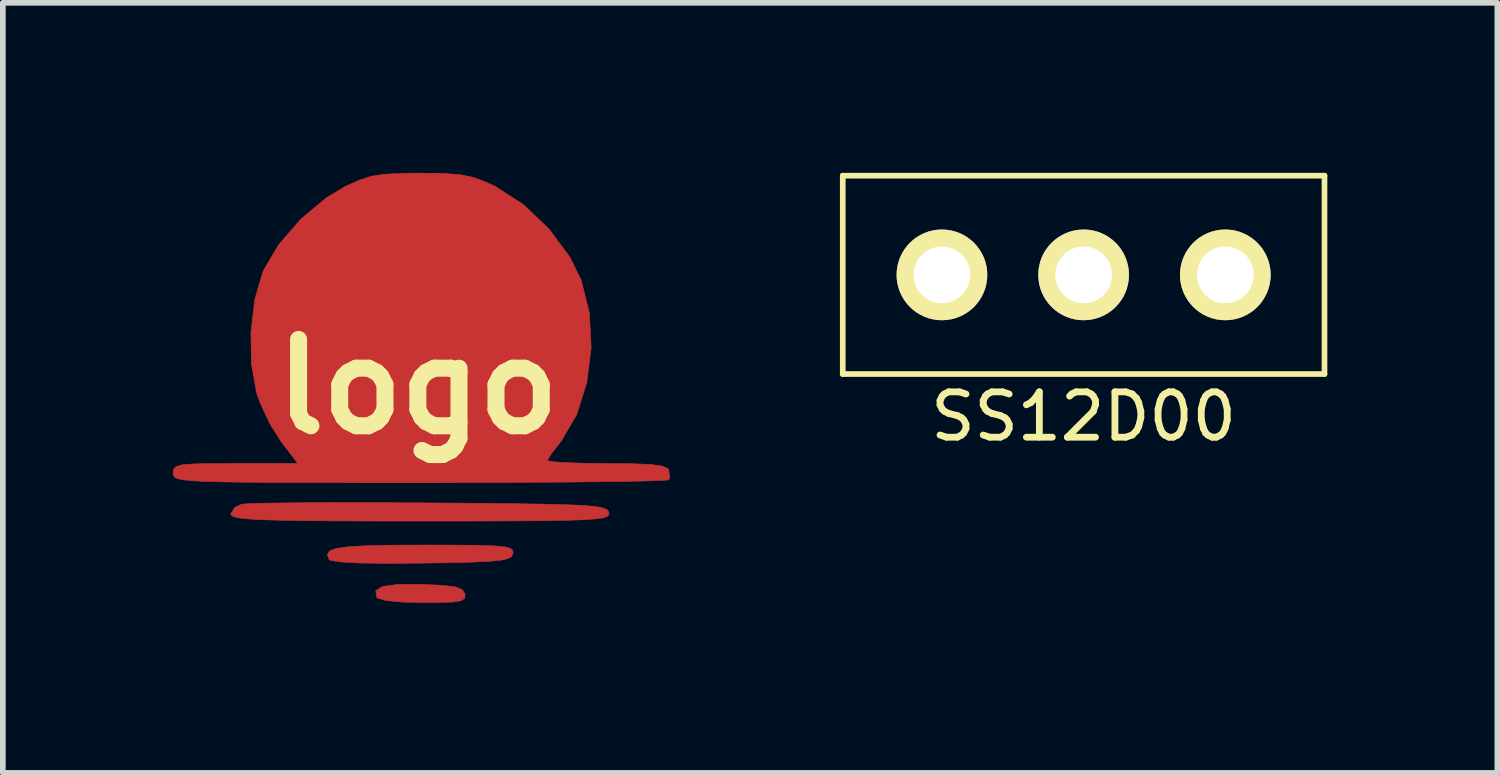
<source format=kicad_pcb>
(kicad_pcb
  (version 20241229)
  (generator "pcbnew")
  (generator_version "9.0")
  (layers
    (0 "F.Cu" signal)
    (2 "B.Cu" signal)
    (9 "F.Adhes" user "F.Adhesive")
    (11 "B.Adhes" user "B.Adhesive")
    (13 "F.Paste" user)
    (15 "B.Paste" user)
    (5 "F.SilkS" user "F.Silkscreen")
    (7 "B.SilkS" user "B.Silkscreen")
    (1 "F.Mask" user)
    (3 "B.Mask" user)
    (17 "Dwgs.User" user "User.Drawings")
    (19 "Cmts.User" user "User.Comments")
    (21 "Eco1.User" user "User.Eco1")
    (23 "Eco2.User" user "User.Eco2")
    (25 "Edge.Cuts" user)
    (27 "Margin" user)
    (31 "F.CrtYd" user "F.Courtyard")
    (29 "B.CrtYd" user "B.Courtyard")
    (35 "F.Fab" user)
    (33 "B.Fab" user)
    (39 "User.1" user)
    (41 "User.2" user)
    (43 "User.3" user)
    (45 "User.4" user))
  (footprint "SS12D00"
    (layer "F.Cu")
    (at 16.07 1.8)
    (property "Reference" "SS12D00" (at 0 2.5 0) (layer "F.SilkS") (effects (font (size 0.8 0.8) (thickness 0.12))))
    (attr through_hole)
    (fp_line (start -4.25 -1.75) (end 4.25 -1.75) (stroke (width 0.1) (type solid)) (layer "F.SilkS"))
    (fp_line (start -4.25 1.75) (end -4.25 -1.75) (stroke (width 0.1) (type solid)) (layer "F.SilkS"))
    (fp_line (start 4.25 -1.75) (end 4.25 1.75) (stroke (width 0.1) (type solid)) (layer "F.SilkS"))
    (fp_line (start 4.25 1.75) (end -4.25 1.75) (stroke (width 0.1) (type solid)) (layer "F.SilkS"))
    (pad "1" thru_hole circle (at -2.5 0) (size 1.6 1.6) (drill 1) (layers "*.Cu" "*.Mask" "F.SilkS"))
    (pad "2" thru_hole circle (at 0 0) (size 1.6 1.6) (drill 1) (layers "*.Cu" "*.Mask" "F.SilkS"))
    (pad "3" thru_hole circle (at 2.5 0) (size 1.6 1.6) (drill 1) (layers "*.Cu" "*.Mask" "F.SilkS")))
  (footprint "logo"
    (layer "F.Cu")
    (at 4.323 3.773)
    (property "Reference" "logo" (at 0 0 0) (layer "F.SilkS") (effects (font (size 1.524 1.524) (thickness 0.3))))
    (attr through_hole)
    (fp_poly (pts (xy 0.092 3.489) (xy 0.447 3.506) (xy 0.666 3.534) (xy 0.782 3.58) (xy 0.828 3.651) (xy 0.831 3.662) (xy 0.827 3.732) (xy 0.765 3.776) (xy 0.612 3.8) (xy 0.339 3.809) (xy 0.096 3.81) (xy -0.288 3.8) (xy -0.567 3.772) (xy -0.713 3.729) (xy -0.724 3.718) (xy -0.744 3.601) (xy -0.625 3.526) (xy -0.36 3.489) (xy 0.062 3.488) (xy 0.092 3.489)) (stroke (width 0.01) (type solid)) (fill yes) (layer "F.Cu"))
    (fp_poly (pts (xy 0.656 2.795) (xy 1.068 2.8) (xy 1.355 2.809) (xy 1.537 2.827) (xy 1.637 2.854) (xy 1.677 2.892) (xy 1.677 2.942) (xy 1.653 2.995) (xy 1.589 3.034) (xy 1.463 3.062) (xy 1.251 3.082) (xy 0.931 3.096) (xy 0.481 3.107) (xy 0.069 3.113) (xy -0.548 3.118) (xy -1.028 3.111) (xy -1.361 3.093) (xy -1.539 3.065) (xy -1.565 3.05) (xy -1.597 2.965) (xy -1.561 2.901) (xy -1.441 2.854) (xy -1.219 2.823) (xy -0.876 2.805) (xy -0.396 2.796) (xy 0.096 2.794) (xy 0.656 2.795)) (stroke (width 0.01) (type solid)) (fill yes) (layer "F.Cu"))
    (fp_poly (pts (xy -0.521 2.047) (xy 0.197 2.051) (xy 0.211 2.051) (xy 1.023 2.057) (xy 1.683 2.064) (xy 2.206 2.072) (xy 2.607 2.082) (xy 2.903 2.095) (xy 3.111 2.112) (xy 3.245 2.133) (xy 3.323 2.16) (xy 3.36 2.193) (xy 3.371 2.223) (xy 3.369 2.26) (xy 3.339 2.29) (xy 3.266 2.315) (xy 3.133 2.333) (xy 2.926 2.348) (xy 2.629 2.358) (xy 2.227 2.364) (xy 1.705 2.368) (xy 1.047 2.37) (xy 0.239 2.371) (xy 0.049 2.371) (xy -0.803 2.37) (xy -1.5 2.368) (xy -2.057 2.363) (xy -2.49 2.355) (xy -2.813 2.345) (xy -3.04 2.33) (xy -3.187 2.311) (xy -3.269 2.286) (xy -3.3 2.256) (xy -3.302 2.245) (xy -3.23 2.13) (xy -3.111 2.074) (xy -2.985 2.064) (xy -2.71 2.056) (xy -2.306 2.05) (xy -1.793 2.046) (xy -1.191 2.045) (xy -0.521 2.047)) (stroke (width 0.01) (type solid)) (fill yes) (layer "F.Cu"))
    (fp_poly (pts (xy 0.453 -3.763) (xy 0.748 -3.741) (xy 0.98 -3.693) (xy 1.203 -3.61) (xy 1.371 -3.531) (xy 1.862 -3.214) (xy 2.314 -2.783) (xy 2.681 -2.288) (xy 2.881 -1.884) (xy 3.026 -1.306) (xy 3.058 -0.688) (xy 2.981 -0.074) (xy 2.803 0.491) (xy 2.529 0.962) (xy 2.491 1.008) (xy 2.358 1.179) (xy 2.289 1.292) (xy 2.286 1.303) (xy 2.365 1.323) (xy 2.582 1.339) (xy 2.903 1.35) (xy 3.297 1.355) (xy 3.335 1.355) (xy 3.796 1.359) (xy 4.112 1.373) (xy 4.308 1.4) (xy 4.407 1.442) (xy 4.43 1.473) (xy 4.442 1.609) (xy 4.425 1.643) (xy 4.333 1.653) (xy 4.088 1.662) (xy 3.705 1.67) (xy 3.202 1.677) (xy 2.593 1.684) (xy 1.895 1.688) (xy 1.125 1.692) (xy 0.297 1.693) (xy 0.028 1.693) (xy -0.94 1.693) (xy -1.753 1.692) (xy -2.423 1.691) (xy -2.966 1.687) (xy -3.393 1.681) (xy -3.72 1.673) (xy -3.958 1.661) (xy -4.123 1.645) (xy -4.228 1.625) (xy -4.286 1.6) (xy -4.312 1.57) (xy -4.318 1.534) (xy -4.318 1.524) (xy -4.309 1.455) (xy -4.263 1.408) (xy -4.153 1.378) (xy -3.953 1.362) (xy -3.635 1.356) (xy -3.218 1.355) (xy -2.118 1.355) (xy -2.413 0.968) (xy -2.613 0.65) (xy -2.786 0.28) (xy -2.846 0.108) (xy -2.936 -0.4) (xy -2.945 -0.971) (xy -2.878 -1.535) (xy -2.738 -2.019) (xy -2.723 -2.054) (xy -2.452 -2.511) (xy -2.067 -2.954) (xy -1.619 -3.33) (xy -1.281 -3.534) (xy -1.037 -3.644) (xy -0.817 -3.714) (xy -0.568 -3.751) (xy -0.237 -3.766) (xy 0.042 -3.768) (xy 0.453 -3.763)) (stroke (width 0.01) (type solid)) (fill yes) (layer "F.Cu"))
    (fp_poly (pts (xy 0.092 3.489) (xy 0.447 3.506) (xy 0.666 3.534) (xy 0.782 3.58) (xy 0.828 3.651) (xy 0.831 3.662) (xy 0.827 3.732) (xy 0.765 3.776) (xy 0.612 3.8) (xy 0.339 3.809) (xy 0.096 3.81) (xy -0.288 3.8) (xy -0.567 3.772) (xy -0.713 3.729) (xy -0.724 3.718) (xy -0.744 3.601) (xy -0.625 3.526) (xy -0.36 3.489) (xy 0.062 3.488) (xy 0.092 3.489)) (stroke (width 0.01) (type solid)) (fill yes) (layer "F.Mask"))
    (fp_poly (pts (xy 0.656 2.795) (xy 1.068 2.8) (xy 1.355 2.809) (xy 1.537 2.827) (xy 1.637 2.854) (xy 1.677 2.892) (xy 1.677 2.942) (xy 1.653 2.995) (xy 1.589 3.034) (xy 1.463 3.062) (xy 1.251 3.082) (xy 0.931 3.096) (xy 0.481 3.107) (xy 0.069 3.113) (xy -0.548 3.118) (xy -1.028 3.111) (xy -1.361 3.093) (xy -1.539 3.065) (xy -1.565 3.05) (xy -1.597 2.965) (xy -1.561 2.901) (xy -1.441 2.854) (xy -1.219 2.823) (xy -0.876 2.805) (xy -0.396 2.796) (xy 0.096 2.794) (xy 0.656 2.795)) (stroke (width 0.01) (type solid)) (fill yes) (layer "F.Mask"))
    (fp_poly (pts (xy -0.521 2.047) (xy 0.197 2.051) (xy 0.211 2.051) (xy 1.023 2.057) (xy 1.683 2.064) (xy 2.206 2.072) (xy 2.607 2.082) (xy 2.903 2.095) (xy 3.111 2.112) (xy 3.245 2.133) (xy 3.323 2.16) (xy 3.36 2.193) (xy 3.371 2.223) (xy 3.369 2.26) (xy 3.339 2.29) (xy 3.266 2.315) (xy 3.133 2.333) (xy 2.926 2.348) (xy 2.629 2.358) (xy 2.227 2.364) (xy 1.705 2.368) (xy 1.047 2.37) (xy 0.239 2.371) (xy 0.049 2.371) (xy -0.803 2.37) (xy -1.5 2.368) (xy -2.057 2.363) (xy -2.49 2.355) (xy -2.813 2.345) (xy -3.04 2.33) (xy -3.187 2.311) (xy -3.269 2.286) (xy -3.3 2.256) (xy -3.302 2.245) (xy -3.23 2.13) (xy -3.111 2.074) (xy -2.985 2.064) (xy -2.71 2.056) (xy -2.306 2.05) (xy -1.793 2.046) (xy -1.191 2.045) (xy -0.521 2.047)) (stroke (width 0.01) (type solid)) (fill yes) (layer "F.Mask"))
    (fp_poly (pts (xy 0.453 -3.763) (xy 0.748 -3.741) (xy 0.98 -3.693) (xy 1.203 -3.61) (xy 1.371 -3.531) (xy 1.862 -3.214) (xy 2.314 -2.783) (xy 2.681 -2.288) (xy 2.881 -1.884) (xy 3.026 -1.306) (xy 3.058 -0.688) (xy 2.981 -0.074) (xy 2.803 0.491) (xy 2.529 0.962) (xy 2.491 1.008) (xy 2.358 1.179) (xy 2.289 1.292) (xy 2.286 1.303) (xy 2.365 1.323) (xy 2.582 1.339) (xy 2.903 1.35) (xy 3.297 1.355) (xy 3.335 1.355) (xy 3.796 1.359) (xy 4.112 1.373) (xy 4.308 1.4) (xy 4.407 1.442) (xy 4.43 1.473) (xy 4.442 1.609) (xy 4.425 1.643) (xy 4.333 1.653) (xy 4.088 1.662) (xy 3.705 1.67) (xy 3.202 1.677) (xy 2.593 1.684) (xy 1.895 1.688) (xy 1.125 1.692) (xy 0.297 1.693) (xy 0.028 1.693) (xy -0.94 1.693) (xy -1.753 1.692) (xy -2.423 1.691) (xy -2.966 1.687) (xy -3.393 1.681) (xy -3.72 1.673) (xy -3.958 1.661) (xy -4.123 1.645) (xy -4.228 1.625) (xy -4.286 1.6) (xy -4.312 1.57) (xy -4.318 1.534) (xy -4.318 1.524) (xy -4.309 1.455) (xy -4.263 1.408) (xy -4.153 1.378) (xy -3.953 1.362) (xy -3.635 1.356) (xy -3.218 1.355) (xy -2.118 1.355) (xy -2.413 0.968) (xy -2.613 0.65) (xy -2.786 0.28) (xy -2.846 0.108) (xy -2.936 -0.4) (xy -2.945 -0.971) (xy -2.878 -1.535) (xy -2.738 -2.019) (xy -2.723 -2.054) (xy -2.452 -2.511) (xy -2.067 -2.954) (xy -1.619 -3.33) (xy -1.281 -3.534) (xy -1.037 -3.644) (xy -0.817 -3.714) (xy -0.568 -3.751) (xy -0.237 -3.766) (xy 0.042 -3.768) (xy 0.453 -3.763)) (stroke (width 0.01) (type solid)) (fill yes) (layer "F.Mask")))
  (gr_rect
    (start -3 -3)
    (end 23.37 10.588)
    (stroke (width 0.1) (type default))
    (fill no)
    (layer "Edge.Cuts")))
</source>
